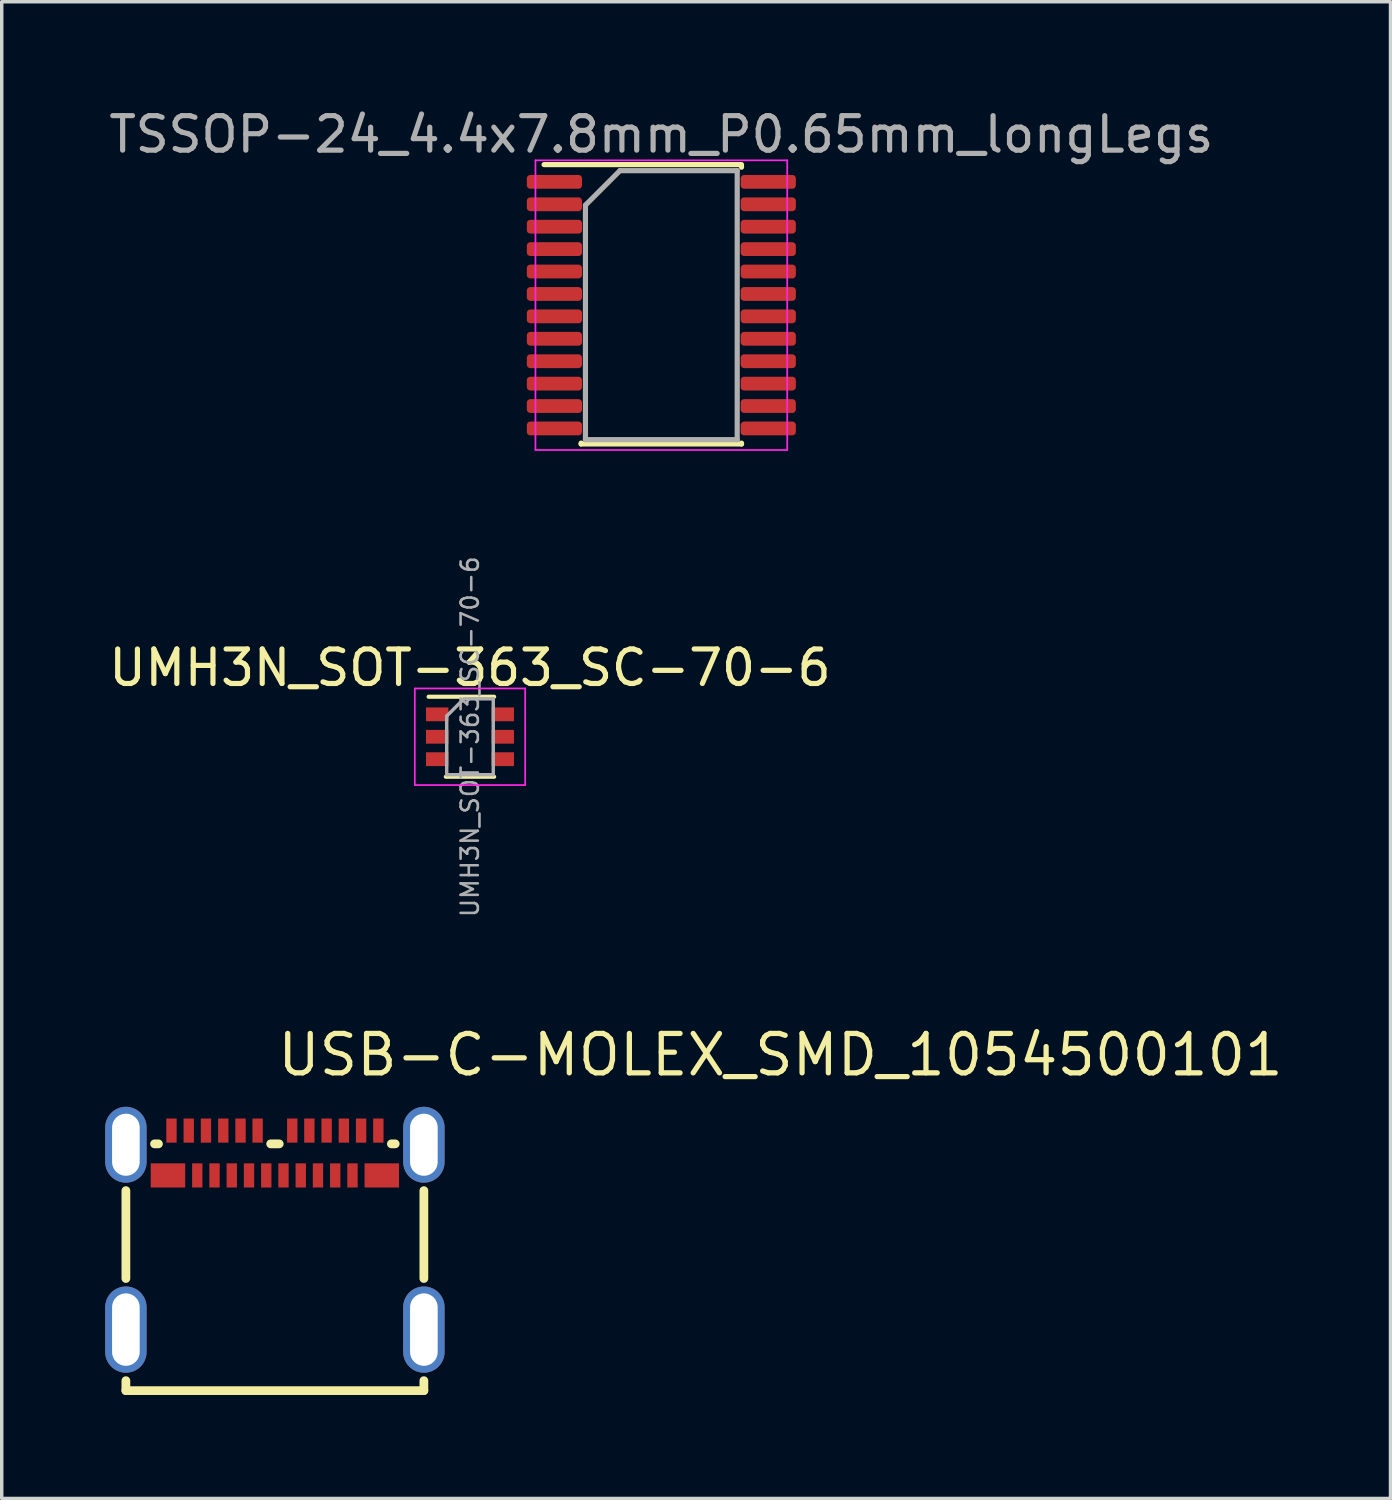
<source format=kicad_pcb>
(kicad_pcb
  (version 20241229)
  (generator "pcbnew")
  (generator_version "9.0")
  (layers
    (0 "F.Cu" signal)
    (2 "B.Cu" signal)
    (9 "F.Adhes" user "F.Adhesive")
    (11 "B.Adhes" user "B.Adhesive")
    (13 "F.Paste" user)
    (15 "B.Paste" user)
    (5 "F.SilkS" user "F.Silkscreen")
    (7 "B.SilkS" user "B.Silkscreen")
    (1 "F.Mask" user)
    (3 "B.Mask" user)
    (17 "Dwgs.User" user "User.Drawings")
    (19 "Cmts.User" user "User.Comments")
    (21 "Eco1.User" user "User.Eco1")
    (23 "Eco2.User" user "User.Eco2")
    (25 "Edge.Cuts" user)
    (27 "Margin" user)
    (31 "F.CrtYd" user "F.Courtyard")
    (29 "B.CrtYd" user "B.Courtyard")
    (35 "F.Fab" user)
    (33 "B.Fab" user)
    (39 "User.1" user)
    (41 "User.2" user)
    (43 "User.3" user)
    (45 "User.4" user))
  (footprint "USB-C-MOLEX_SMD_1054500101"
    (layer "F.Cu")
    (at 4.92 32.616)
    (property "Reference" "USB-C-MOLEX_SMD_1054500101" (at 0 -5.08 0) (layer "F.SilkS") (effects (font (size 1.143 1.143) (thickness 0.152)) (justify left)))
    (attr smd)
    (fp_line (start -4.32 1.404) (end -4.32 -1.144) (stroke (width 0.254) (type solid)) (layer "F.SilkS"))
    (fp_line (start -4.32 4.655) (end -4.32 4.366) (stroke (width 0.254) (type solid)) (layer "F.SilkS"))
    (fp_line (start -3.489 -2.5) (end -3.376 -2.5) (stroke (width 0.254) (type solid)) (layer "F.SilkS"))
    (fp_line (start -0.122 -2.5) (end 0.126 -2.5) (stroke (width 0.254) (type solid)) (layer "F.SilkS"))
    (fp_line (start 3.378 -2.5) (end 3.489 -2.5) (stroke (width 0.254) (type solid)) (layer "F.SilkS"))
    (fp_line (start 4.32 -1.144) (end 4.32 1.404) (stroke (width 0.254) (type solid)) (layer "F.SilkS"))
    (fp_line (start 4.32 4.366) (end 4.32 4.655) (stroke (width 0.254) (type solid)) (layer "F.SilkS"))
    (fp_line (start 4.32 4.655) (end -4.32 4.655) (stroke (width 0.254) (type solid)) (layer "F.SilkS"))
    (pad "A1" smd rect (at -2.998 -2.885) (size 0.3 0.7) (layers "F.Cu" "F.Mask" "F.Paste"))
    (pad "A2" smd rect (at -2.498 -2.885) (size 0.3 0.7) (layers "F.Cu" "F.Mask" "F.Paste"))
    (pad "A3" smd rect (at -1.998 -2.885) (size 0.3 0.7) (layers "F.Cu" "F.Mask" "F.Paste"))
    (pad "A4" smd rect (at -1.496 -2.885) (size 0.3 0.7) (layers "F.Cu" "F.Mask" "F.Paste"))
    (pad "A5" smd rect (at -0.996 -2.885) (size 0.3 0.7) (layers "F.Cu" "F.Mask" "F.Paste"))
    (pad "A6" smd rect (at -0.5 -2.885) (size 0.3 0.7) (layers "F.Cu" "F.Mask" "F.Paste"))
    (pad "A7" smd rect (at 0.504 -2.885) (size 0.3 0.7) (layers "F.Cu" "F.Mask" "F.Paste"))
    (pad "A8" smd rect (at 1 -2.885) (size 0.3 0.7) (layers "F.Cu" "F.Mask" "F.Paste"))
    (pad "A9" smd rect (at 1.5 -2.885) (size 0.3 0.7) (layers "F.Cu" "F.Mask" "F.Paste"))
    (pad "A10" smd rect (at 2 -2.885) (size 0.3 0.7) (layers "F.Cu" "F.Mask" "F.Paste"))
    (pad "A11" smd rect (at 2.5 -2.885) (size 0.3 0.7) (layers "F.Cu" "F.Mask" "F.Paste"))
    (pad "A12" smd rect (at 3 -2.885) (size 0.3 0.7) (layers "F.Cu" "F.Mask" "F.Paste"))
    (pad "B1" smd rect (at 3.1 -1.585) (size 1 0.7) (layers "F.Cu" "F.Mask" "F.Paste"))
    (pad "B2" smd rect (at 2.25 -1.585) (size 0.3 0.7) (layers "F.Cu" "F.Mask" "F.Paste"))
    (pad "B3" smd rect (at 1.75 -1.585) (size 0.3 0.7) (layers "F.Cu" "F.Mask" "F.Paste"))
    (pad "B4" smd rect (at 1.25 -1.585) (size 0.3 0.7) (layers "F.Cu" "F.Mask" "F.Paste"))
    (pad "B5" smd rect (at 0.75 -1.585) (size 0.3 0.7) (layers "F.Cu" "F.Mask" "F.Paste"))
    (pad "B6" smd rect (at 0.25 -1.585) (size 0.3 0.7) (layers "F.Cu" "F.Mask" "F.Paste"))
    (pad "B7" smd rect (at -0.25 -1.585) (size 0.3 0.7) (layers "F.Cu" "F.Mask" "F.Paste"))
    (pad "B8" smd rect (at -0.75 -1.585) (size 0.3 0.7) (layers "F.Cu" "F.Mask" "F.Paste"))
    (pad "B9" smd rect (at -1.25 -1.585) (size 0.3 0.7) (layers "F.Cu" "F.Mask" "F.Paste"))
    (pad "B10" smd rect (at -1.75 -1.585) (size 0.3 0.7) (layers "F.Cu" "F.Mask" "F.Paste"))
    (pad "B11" smd rect (at -2.25 -1.585) (size 0.3 0.7) (layers "F.Cu" "F.Mask" "F.Paste"))
    (pad "B12" smd rect (at -3.1 -1.585) (size 1 0.7) (layers "F.Cu" "F.Mask" "F.Paste"))
    (pad "S1" thru_hole oval (at -4.32 -2.475) (size 1.2 2.2) (drill oval 0.8 1.8) (layers "*.Cu" "*.Paste" "*.Mask"))
    (pad "S1" thru_hole oval (at -4.32 2.885) (size 1.2 2.5) (drill oval 0.8 2.1) (layers "*.Cu" "*.Paste" "*.Mask"))
    (pad "S1" thru_hole oval (at 4.32 -2.475) (size 1.2 2.2) (drill oval 0.8 1.8) (layers "*.Cu" "*.Paste" "*.Mask"))
    (pad "S1" thru_hole oval (at 4.32 2.885) (size 1.2 2.5) (drill oval 0.8 2.1) (layers "*.Cu" "*.Paste" "*.Mask")))
  (footprint "UMH3N_SOT-363_SC-70-6"
    (layer "F.Cu")
    (at 10.577 18.312)
    (property "Reference" "UMH3N_SOT-363_SC-70-6" (at 0 -2 0) (layer "F.SilkS") (effects (font (size 1 1) (thickness 0.15))))
    (attr smd)
    (fp_line (start -0.7 1.16) (end 0.7 1.16) (stroke (width 0.12) (type solid)) (layer "F.SilkS"))
    (fp_line (start 0.7 -1.16) (end -1.2 -1.16) (stroke (width 0.12) (type solid)) (layer "F.SilkS"))
    (fp_line (start -1.6 -1.4) (end -1.6 1.4) (stroke (width 0.05) (type solid)) (layer "F.CrtYd"))
    (fp_line (start -1.6 -1.4) (end 1.6 -1.4) (stroke (width 0.05) (type solid)) (layer "F.CrtYd"))
    (fp_line (start -1.6 1.4) (end 1.6 1.4) (stroke (width 0.05) (type solid)) (layer "F.CrtYd"))
    (fp_line (start 1.6 1.4) (end 1.6 -1.4) (stroke (width 0.05) (type solid)) (layer "F.CrtYd"))
    (fp_line (start -0.675 -0.6) (end -0.675 1.1) (stroke (width 0.1) (type solid)) (layer "F.Fab"))
    (fp_line (start -0.175 -1.1) (end -0.675 -0.6) (stroke (width 0.1) (type solid)) (layer "F.Fab"))
    (fp_line (start 0.675 -1.1) (end -0.175 -1.1) (stroke (width 0.1) (type solid)) (layer "F.Fab"))
    (fp_line (start 0.675 -1.1) (end 0.675 1.1) (stroke (width 0.1) (type solid)) (layer "F.Fab"))
    (fp_line (start 0.675 1.1) (end -0.675 1.1) (stroke (width 0.1) (type solid)) (layer "F.Fab"))
    (fp_text user "${REFERENCE}" (at 0 0 90) (layer "F.Fab") (effects (font (size 0.5 0.5) (thickness 0.075))))
    (pad "1" smd rect (at -0.95 -0.65) (size 0.65 0.4) (layers "F.Cu" "F.Mask" "F.Paste"))
    (pad "2" smd rect (at -0.95 0) (size 0.65 0.4) (layers "F.Cu" "F.Mask" "F.Paste"))
    (pad "3" smd rect (at -0.95 0.65) (size 0.65 0.4) (layers "F.Cu" "F.Mask" "F.Paste"))
    (pad "4" smd rect (at 0.95 0.65) (size 0.65 0.4) (layers "F.Cu" "F.Mask" "F.Paste"))
    (pad "5" smd rect (at 0.95 0) (size 0.65 0.4) (layers "F.Cu" "F.Mask" "F.Paste"))
    (pad "6" smd rect (at 0.95 -0.65) (size 0.65 0.4) (layers "F.Cu" "F.Mask" "F.Paste")))
  (footprint "TSSOP-24_4.4x7.8mm_P0.65mm_longLegs"
    (layer "F.Cu")
    (at 16.125 5.798)
    (property "Reference" "TSSOP-24_4.4x7.8mm_P0.65mm_longLegs" (at 0 -4.95 0) (layer "F.Fab") (effects (font (size 1 1) (thickness 0.15))))
    (attr smd)
    (fp_line (start -3.4 -4.075) (end 2.325 -4.075) (stroke (width 0.15) (type solid)) (layer "F.SilkS"))
    (fp_line (start -2.325 4.025) (end -2.325 4) (stroke (width 0.15) (type solid)) (layer "F.SilkS"))
    (fp_line (start -2.325 4.025) (end 2.325 4.025) (stroke (width 0.15) (type solid)) (layer "F.SilkS"))
    (fp_line (start 2.325 -4.025) (end 2.325 -4) (stroke (width 0.15) (type solid)) (layer "F.SilkS"))
    (fp_line (start 2.325 4.025) (end 2.325 4) (stroke (width 0.15) (type solid)) (layer "F.SilkS"))
    (fp_line (start -3.65 -4.2) (end -3.65 4.2) (stroke (width 0.05) (type solid)) (layer "F.CrtYd"))
    (fp_line (start -3.65 -4.2) (end 3.65 -4.2) (stroke (width 0.05) (type solid)) (layer "F.CrtYd"))
    (fp_line (start -3.65 4.2) (end 3.65 4.2) (stroke (width 0.05) (type solid)) (layer "F.CrtYd"))
    (fp_line (start 3.65 -4.2) (end 3.65 4.2) (stroke (width 0.05) (type solid)) (layer "F.CrtYd"))
    (fp_line (start -2.2 -2.9) (end -1.2 -3.9) (stroke (width 0.15) (type solid)) (layer "F.Fab"))
    (fp_line (start -2.2 3.9) (end -2.2 -2.9) (stroke (width 0.15) (type solid)) (layer "F.Fab"))
    (fp_line (start -1.2 -3.9) (end 2.2 -3.9) (stroke (width 0.15) (type solid)) (layer "F.Fab"))
    (fp_line (start 2.2 -3.9) (end 2.2 3.9) (stroke (width 0.15) (type solid)) (layer "F.Fab"))
    (fp_line (start 2.2 3.9) (end -2.2 3.9) (stroke (width 0.15) (type solid)) (layer "F.Fab"))
    (pad "1" smd roundrect (at -3.1 -3.575) (size 1.6 0.4) (layers "F.Cu" "F.Mask" "F.Paste") (roundrect_rratio 0.25))
    (pad "2" smd roundrect (at -3.1 -2.925) (size 1.6 0.4) (layers "F.Cu" "F.Mask" "F.Paste") (roundrect_rratio 0.25))
    (pad "3" smd roundrect (at -3.1 -2.275) (size 1.6 0.4) (layers "F.Cu" "F.Mask" "F.Paste") (roundrect_rratio 0.25))
    (pad "4" smd roundrect (at -3.1 -1.625) (size 1.6 0.4) (layers "F.Cu" "F.Mask" "F.Paste") (roundrect_rratio 0.25))
    (pad "5" smd roundrect (at -3.1 -0.975) (size 1.6 0.4) (layers "F.Cu" "F.Mask" "F.Paste") (roundrect_rratio 0.25))
    (pad "6" smd roundrect (at -3.1 -0.325) (size 1.6 0.4) (layers "F.Cu" "F.Mask" "F.Paste") (roundrect_rratio 0.25))
    (pad "7" smd roundrect (at -3.1 0.325) (size 1.6 0.4) (layers "F.Cu" "F.Mask" "F.Paste") (roundrect_rratio 0.25))
    (pad "8" smd roundrect (at -3.1 0.975) (size 1.6 0.4) (layers "F.Cu" "F.Mask" "F.Paste") (roundrect_rratio 0.25))
    (pad "9" smd roundrect (at -3.1 1.625) (size 1.6 0.4) (layers "F.Cu" "F.Mask" "F.Paste") (roundrect_rratio 0.25))
    (pad "10" smd roundrect (at -3.1 2.275) (size 1.6 0.4) (layers "F.Cu" "F.Mask" "F.Paste") (roundrect_rratio 0.25))
    (pad "11" smd roundrect (at -3.1 2.925) (size 1.6 0.4) (layers "F.Cu" "F.Mask" "F.Paste") (roundrect_rratio 0.25))
    (pad "12" smd roundrect (at -3.1 3.575) (size 1.6 0.4) (layers "F.Cu" "F.Mask" "F.Paste") (roundrect_rratio 0.25))
    (pad "13" smd roundrect (at 3.1 3.575) (size 1.6 0.4) (layers "F.Cu" "F.Mask" "F.Paste") (roundrect_rratio 0.25))
    (pad "14" smd roundrect (at 3.1 2.925) (size 1.6 0.4) (layers "F.Cu" "F.Mask" "F.Paste") (roundrect_rratio 0.25))
    (pad "15" smd roundrect (at 3.1 2.275) (size 1.6 0.4) (layers "F.Cu" "F.Mask" "F.Paste") (roundrect_rratio 0.25))
    (pad "16" smd roundrect (at 3.1 1.625) (size 1.6 0.4) (layers "F.Cu" "F.Mask" "F.Paste") (roundrect_rratio 0.25))
    (pad "17" smd roundrect (at 3.1 0.975) (size 1.6 0.4) (layers "F.Cu" "F.Mask" "F.Paste") (roundrect_rratio 0.25))
    (pad "18" smd roundrect (at 3.1 0.325) (size 1.6 0.4) (layers "F.Cu" "F.Mask" "F.Paste") (roundrect_rratio 0.25))
    (pad "19" smd roundrect (at 3.1 -0.325) (size 1.6 0.4) (layers "F.Cu" "F.Mask" "F.Paste") (roundrect_rratio 0.25))
    (pad "20" smd roundrect (at 3.1 -0.975) (size 1.6 0.4) (layers "F.Cu" "F.Mask" "F.Paste") (roundrect_rratio 0.25))
    (pad "21" smd roundrect (at 3.1 -1.625) (size 1.6 0.4) (layers "F.Cu" "F.Mask" "F.Paste") (roundrect_rratio 0.25))
    (pad "22" smd roundrect (at 3.1 -2.275) (size 1.6 0.4) (layers "F.Cu" "F.Mask" "F.Paste") (roundrect_rratio 0.25))
    (pad "23" smd roundrect (at 3.1 -2.925) (size 1.6 0.4) (layers "F.Cu" "F.Mask" "F.Paste") (roundrect_rratio 0.25))
    (pad "24" smd roundrect (at 3.1 -3.575) (size 1.6 0.4) (layers "F.Cu" "F.Mask" "F.Paste") (roundrect_rratio 0.25)))
  (gr_rect
    (start -3 -3)
    (end 37.267 40.398)
    (stroke (width 0.1) (type default))
    (fill no)
    (layer "Edge.Cuts")))
</source>
